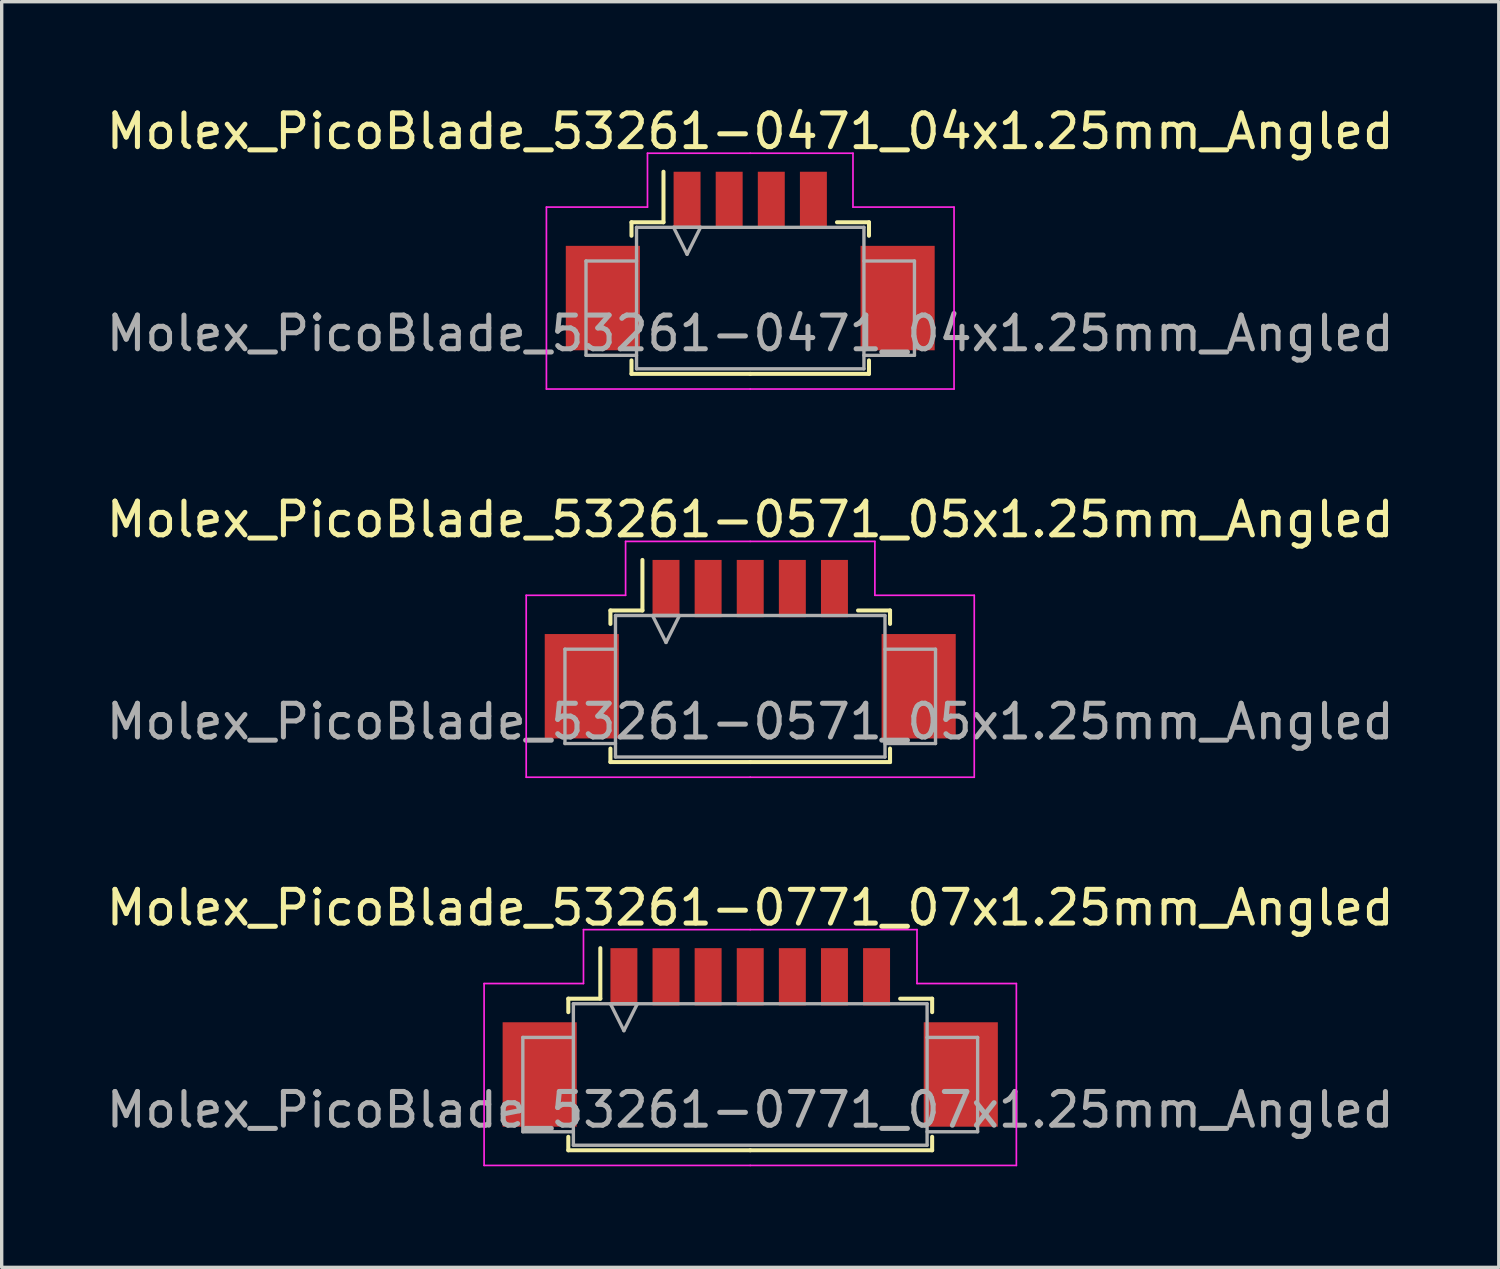
<source format=kicad_pcb>
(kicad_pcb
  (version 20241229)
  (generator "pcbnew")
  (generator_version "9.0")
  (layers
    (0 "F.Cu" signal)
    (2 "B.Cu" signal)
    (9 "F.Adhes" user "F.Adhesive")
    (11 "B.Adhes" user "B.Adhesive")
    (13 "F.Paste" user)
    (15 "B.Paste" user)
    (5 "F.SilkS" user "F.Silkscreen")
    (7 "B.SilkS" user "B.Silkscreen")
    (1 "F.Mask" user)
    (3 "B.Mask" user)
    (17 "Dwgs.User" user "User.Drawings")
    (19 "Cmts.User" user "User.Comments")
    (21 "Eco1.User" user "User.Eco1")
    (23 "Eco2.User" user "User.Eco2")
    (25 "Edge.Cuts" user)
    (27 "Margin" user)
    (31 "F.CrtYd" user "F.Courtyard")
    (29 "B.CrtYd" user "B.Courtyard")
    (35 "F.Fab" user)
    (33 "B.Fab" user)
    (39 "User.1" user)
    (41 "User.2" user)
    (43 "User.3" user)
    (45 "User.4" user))
  (footprint "Molex_PicoBlade_53261-0571_05x1.25mm_Angled"
    (layer "F.Cu")
    (at 19.22 15.871)
    (property "Reference" "Molex_PicoBlade_53261-0571_05x1.25mm_Angled" (at 0 -3.5 0) (layer "F.SilkS") (effects (font (size 1 1) (thickness 0.15))))
    (attr smd)
    (fp_line (start -4.15 -0.8) (end -4.15 -0.4) (stroke (width 0.12) (type solid)) (layer "F.SilkS"))
    (fp_line (start -4.15 3.3) (end -4.15 3.7) (stroke (width 0.12) (type solid)) (layer "F.SilkS"))
    (fp_line (start -4.15 3.7) (end 0 3.7) (stroke (width 0.12) (type solid)) (layer "F.SilkS"))
    (fp_line (start -3.2 -0.8) (end -4.15 -0.8) (stroke (width 0.12) (type solid)) (layer "F.SilkS"))
    (fp_line (start -3.2 -0.8) (end -3.2 -2.3) (stroke (width 0.12) (type solid)) (layer "F.SilkS"))
    (fp_line (start 3.2 -0.8) (end 4.15 -0.8) (stroke (width 0.12) (type solid)) (layer "F.SilkS"))
    (fp_line (start 4.15 -0.8) (end 4.15 -0.4) (stroke (width 0.12) (type solid)) (layer "F.SilkS"))
    (fp_line (start 4.15 3.3) (end 4.15 3.7) (stroke (width 0.12) (type solid)) (layer "F.SilkS"))
    (fp_line (start 4.15 3.7) (end 0 3.7) (stroke (width 0.12) (type solid)) (layer "F.SilkS"))
    (fp_line (start -6.65 -1.25) (end -6.65 4.15) (stroke (width 0.05) (type solid)) (layer "F.CrtYd"))
    (fp_line (start -6.65 4.15) (end 0 4.15) (stroke (width 0.05) (type solid)) (layer "F.CrtYd"))
    (fp_line (start -3.7 -2.85) (end -3.7 -1.25) (stroke (width 0.05) (type solid)) (layer "F.CrtYd"))
    (fp_line (start -3.7 -1.25) (end -6.65 -1.25) (stroke (width 0.05) (type solid)) (layer "F.CrtYd"))
    (fp_line (start 0 -2.85) (end -3.7 -2.85) (stroke (width 0.05) (type solid)) (layer "F.CrtYd"))
    (fp_line (start 0 -2.85) (end 3.7 -2.85) (stroke (width 0.05) (type solid)) (layer "F.CrtYd"))
    (fp_line (start 3.7 -2.85) (end 3.7 -1.25) (stroke (width 0.05) (type solid)) (layer "F.CrtYd"))
    (fp_line (start 3.7 -1.25) (end 6.65 -1.25) (stroke (width 0.05) (type solid)) (layer "F.CrtYd"))
    (fp_line (start 6.65 -1.25) (end 6.65 4.15) (stroke (width 0.05) (type solid)) (layer "F.CrtYd"))
    (fp_line (start 6.65 4.15) (end 0 4.15) (stroke (width 0.05) (type solid)) (layer "F.CrtYd"))
    (fp_line (start -5.5 0.35) (end -5.5 3.15) (stroke (width 0.1) (type solid)) (layer "F.Fab"))
    (fp_line (start -5.5 3.15) (end -4 3.15) (stroke (width 0.1) (type solid)) (layer "F.Fab"))
    (fp_line (start -4 -0.65) (end 4 -0.65) (stroke (width 0.1) (type solid)) (layer "F.Fab"))
    (fp_line (start -4 0.35) (end -5.5 0.35) (stroke (width 0.1) (type solid)) (layer "F.Fab"))
    (fp_line (start -4 3.55) (end -4 -0.65) (stroke (width 0.1) (type solid)) (layer "F.Fab"))
    (fp_line (start -2.9 -0.65) (end -2.5 0.15) (stroke (width 0.1) (type solid)) (layer "F.Fab"))
    (fp_line (start -2.5 0.15) (end -2.1 -0.65) (stroke (width 0.1) (type solid)) (layer "F.Fab"))
    (fp_line (start -2.1 -0.65) (end -2.9 -0.65) (stroke (width 0.1) (type solid)) (layer "F.Fab"))
    (fp_line (start 4 -0.65) (end 4 3.55) (stroke (width 0.1) (type solid)) (layer "F.Fab"))
    (fp_line (start 4 0.35) (end 5.5 0.35) (stroke (width 0.1) (type solid)) (layer "F.Fab"))
    (fp_line (start 4 3.55) (end -4 3.55) (stroke (width 0.1) (type solid)) (layer "F.Fab"))
    (fp_line (start 5.5 0.35) (end 5.5 3.15) (stroke (width 0.1) (type solid)) (layer "F.Fab"))
    (fp_line (start 5.5 3.15) (end 4 3.15) (stroke (width 0.1) (type solid)) (layer "F.Fab"))
    (fp_text user "${REFERENCE}" (at 0 2.5 0) (layer "F.Fab") (effects (font (size 1 1) (thickness 0.15))))
    (pad "" smd rect (at -5 1.45) (size 2.2 3.1) (layers "F.Cu" "F.Mask" "F.Paste"))
    (pad "" smd rect (at 5 1.45) (size 2.2 3.1) (layers "F.Cu" "F.Mask" "F.Paste"))
    (pad "1" smd rect (at -2.5 -1.45) (size 0.8 1.7) (layers "F.Cu" "F.Mask" "F.Paste"))
    (pad "2" smd rect (at -1.25 -1.45) (size 0.8 1.7) (layers "F.Cu" "F.Mask" "F.Paste"))
    (pad "3" smd rect (at 0 -1.45) (size 0.8 1.7) (layers "F.Cu" "F.Mask" "F.Paste"))
    (pad "4" smd rect (at 1.25 -1.45) (size 0.8 1.7) (layers "F.Cu" "F.Mask" "F.Paste"))
    (pad "5" smd rect (at 2.5 -1.45) (size 0.8 1.7) (layers "F.Cu" "F.Mask" "F.Paste")))
  (footprint "Molex_PicoBlade_53261-0471_04x1.25mm_Angled"
    (layer "F.Cu")
    (at 19.22 4.348)
    (property "Reference" "Molex_PicoBlade_53261-0471_04x1.25mm_Angled" (at 0 -3.5 0) (layer "F.SilkS") (effects (font (size 1 1) (thickness 0.15))))
    (attr smd)
    (fp_line (start -3.525 -0.8) (end -3.525 -0.4) (stroke (width 0.12) (type solid)) (layer "F.SilkS"))
    (fp_line (start -3.525 3.3) (end -3.525 3.7) (stroke (width 0.12) (type solid)) (layer "F.SilkS"))
    (fp_line (start -3.525 3.7) (end 0 3.7) (stroke (width 0.12) (type solid)) (layer "F.SilkS"))
    (fp_line (start -2.575 -0.8) (end -3.525 -0.8) (stroke (width 0.12) (type solid)) (layer "F.SilkS"))
    (fp_line (start -2.575 -0.8) (end -2.575 -2.3) (stroke (width 0.12) (type solid)) (layer "F.SilkS"))
    (fp_line (start 2.575 -0.8) (end 3.525 -0.8) (stroke (width 0.12) (type solid)) (layer "F.SilkS"))
    (fp_line (start 3.525 -0.8) (end 3.525 -0.4) (stroke (width 0.12) (type solid)) (layer "F.SilkS"))
    (fp_line (start 3.525 3.3) (end 3.525 3.7) (stroke (width 0.12) (type solid)) (layer "F.SilkS"))
    (fp_line (start 3.525 3.7) (end 0 3.7) (stroke (width 0.12) (type solid)) (layer "F.SilkS"))
    (fp_line (start -6.05 -1.25) (end -6.05 4.15) (stroke (width 0.05) (type solid)) (layer "F.CrtYd"))
    (fp_line (start -6.05 4.15) (end 0 4.15) (stroke (width 0.05) (type solid)) (layer "F.CrtYd"))
    (fp_line (start -3.05 -2.85) (end -3.05 -1.25) (stroke (width 0.05) (type solid)) (layer "F.CrtYd"))
    (fp_line (start -3.05 -1.25) (end -6.05 -1.25) (stroke (width 0.05) (type solid)) (layer "F.CrtYd"))
    (fp_line (start 0 -2.85) (end -3.05 -2.85) (stroke (width 0.05) (type solid)) (layer "F.CrtYd"))
    (fp_line (start 0 -2.85) (end 3.05 -2.85) (stroke (width 0.05) (type solid)) (layer "F.CrtYd"))
    (fp_line (start 3.05 -2.85) (end 3.05 -1.25) (stroke (width 0.05) (type solid)) (layer "F.CrtYd"))
    (fp_line (start 3.05 -1.25) (end 6.05 -1.25) (stroke (width 0.05) (type solid)) (layer "F.CrtYd"))
    (fp_line (start 6.05 -1.25) (end 6.05 4.15) (stroke (width 0.05) (type solid)) (layer "F.CrtYd"))
    (fp_line (start 6.05 4.15) (end 0 4.15) (stroke (width 0.05) (type solid)) (layer "F.CrtYd"))
    (fp_line (start -4.875 0.35) (end -4.875 3.15) (stroke (width 0.1) (type solid)) (layer "F.Fab"))
    (fp_line (start -4.875 3.15) (end -3.375 3.15) (stroke (width 0.1) (type solid)) (layer "F.Fab"))
    (fp_line (start -3.375 -0.65) (end 3.375 -0.65) (stroke (width 0.1) (type solid)) (layer "F.Fab"))
    (fp_line (start -3.375 0.35) (end -4.875 0.35) (stroke (width 0.1) (type solid)) (layer "F.Fab"))
    (fp_line (start -3.375 3.55) (end -3.375 -0.65) (stroke (width 0.1) (type solid)) (layer "F.Fab"))
    (fp_line (start -2.275 -0.65) (end -1.875 0.15) (stroke (width 0.1) (type solid)) (layer "F.Fab"))
    (fp_line (start -1.875 0.15) (end -1.475 -0.65) (stroke (width 0.1) (type solid)) (layer "F.Fab"))
    (fp_line (start -1.475 -0.65) (end -2.275 -0.65) (stroke (width 0.1) (type solid)) (layer "F.Fab"))
    (fp_line (start 3.375 -0.65) (end 3.375 3.55) (stroke (width 0.1) (type solid)) (layer "F.Fab"))
    (fp_line (start 3.375 0.35) (end 4.875 0.35) (stroke (width 0.1) (type solid)) (layer "F.Fab"))
    (fp_line (start 3.375 3.55) (end -3.375 3.55) (stroke (width 0.1) (type solid)) (layer "F.Fab"))
    (fp_line (start 4.875 0.35) (end 4.875 3.15) (stroke (width 0.1) (type solid)) (layer "F.Fab"))
    (fp_line (start 4.875 3.15) (end 3.375 3.15) (stroke (width 0.1) (type solid)) (layer "F.Fab"))
    (fp_text user "${REFERENCE}" (at 0 2.5 0) (layer "F.Fab") (effects (font (size 1 1) (thickness 0.15))))
    (pad "" smd rect (at -4.375 1.45) (size 2.2 3.1) (layers "F.Cu" "F.Mask" "F.Paste"))
    (pad "" smd rect (at 4.375 1.45) (size 2.2 3.1) (layers "F.Cu" "F.Mask" "F.Paste"))
    (pad "1" smd rect (at -1.875 -1.45) (size 0.8 1.7) (layers "F.Cu" "F.Mask" "F.Paste"))
    (pad "2" smd rect (at -0.625 -1.45) (size 0.8 1.7) (layers "F.Cu" "F.Mask" "F.Paste"))
    (pad "3" smd rect (at 0.625 -1.45) (size 0.8 1.7) (layers "F.Cu" "F.Mask" "F.Paste"))
    (pad "4" smd rect (at 1.875 -1.45) (size 0.8 1.7) (layers "F.Cu" "F.Mask" "F.Paste")))
  (footprint "Molex_PicoBlade_53261-0771_07x1.25mm_Angled"
    (layer "F.Cu")
    (at 19.22 27.395)
    (property "Reference" "Molex_PicoBlade_53261-0771_07x1.25mm_Angled" (at 0 -3.5 0) (layer "F.SilkS") (effects (font (size 1 1) (thickness 0.15))))
    (attr smd)
    (fp_line (start -5.4 -0.8) (end -5.4 -0.4) (stroke (width 0.12) (type solid)) (layer "F.SilkS"))
    (fp_line (start -5.4 3.3) (end -5.4 3.7) (stroke (width 0.12) (type solid)) (layer "F.SilkS"))
    (fp_line (start -5.4 3.7) (end 0 3.7) (stroke (width 0.12) (type solid)) (layer "F.SilkS"))
    (fp_line (start -4.45 -0.8) (end -5.4 -0.8) (stroke (width 0.12) (type solid)) (layer "F.SilkS"))
    (fp_line (start -4.45 -0.8) (end -4.45 -2.3) (stroke (width 0.12) (type solid)) (layer "F.SilkS"))
    (fp_line (start 4.45 -0.8) (end 5.4 -0.8) (stroke (width 0.12) (type solid)) (layer "F.SilkS"))
    (fp_line (start 5.4 -0.8) (end 5.4 -0.4) (stroke (width 0.12) (type solid)) (layer "F.SilkS"))
    (fp_line (start 5.4 3.3) (end 5.4 3.7) (stroke (width 0.12) (type solid)) (layer "F.SilkS"))
    (fp_line (start 5.4 3.7) (end 0 3.7) (stroke (width 0.12) (type solid)) (layer "F.SilkS"))
    (fp_line (start -7.9 -1.25) (end -7.9 4.15) (stroke (width 0.05) (type solid)) (layer "F.CrtYd"))
    (fp_line (start -7.9 4.15) (end 0 4.15) (stroke (width 0.05) (type solid)) (layer "F.CrtYd"))
    (fp_line (start -4.95 -2.85) (end -4.95 -1.25) (stroke (width 0.05) (type solid)) (layer "F.CrtYd"))
    (fp_line (start -4.95 -1.25) (end -7.9 -1.25) (stroke (width 0.05) (type solid)) (layer "F.CrtYd"))
    (fp_line (start 0 -2.85) (end -4.95 -2.85) (stroke (width 0.05) (type solid)) (layer "F.CrtYd"))
    (fp_line (start 0 -2.85) (end 4.95 -2.85) (stroke (width 0.05) (type solid)) (layer "F.CrtYd"))
    (fp_line (start 4.95 -2.85) (end 4.95 -1.25) (stroke (width 0.05) (type solid)) (layer "F.CrtYd"))
    (fp_line (start 4.95 -1.25) (end 7.9 -1.25) (stroke (width 0.05) (type solid)) (layer "F.CrtYd"))
    (fp_line (start 7.9 -1.25) (end 7.9 4.15) (stroke (width 0.05) (type solid)) (layer "F.CrtYd"))
    (fp_line (start 7.9 4.15) (end 0 4.15) (stroke (width 0.05) (type solid)) (layer "F.CrtYd"))
    (fp_line (start -6.75 0.35) (end -6.75 3.15) (stroke (width 0.1) (type solid)) (layer "F.Fab"))
    (fp_line (start -6.75 3.15) (end -5.25 3.15) (stroke (width 0.1) (type solid)) (layer "F.Fab"))
    (fp_line (start -5.25 -0.65) (end 5.25 -0.65) (stroke (width 0.1) (type solid)) (layer "F.Fab"))
    (fp_line (start -5.25 0.35) (end -6.75 0.35) (stroke (width 0.1) (type solid)) (layer "F.Fab"))
    (fp_line (start -5.25 3.55) (end -5.25 -0.65) (stroke (width 0.1) (type solid)) (layer "F.Fab"))
    (fp_line (start -4.15 -0.65) (end -3.75 0.15) (stroke (width 0.1) (type solid)) (layer "F.Fab"))
    (fp_line (start -3.75 0.15) (end -3.35 -0.65) (stroke (width 0.1) (type solid)) (layer "F.Fab"))
    (fp_line (start -3.35 -0.65) (end -4.15 -0.65) (stroke (width 0.1) (type solid)) (layer "F.Fab"))
    (fp_line (start 5.25 -0.65) (end 5.25 3.55) (stroke (width 0.1) (type solid)) (layer "F.Fab"))
    (fp_line (start 5.25 0.35) (end 6.75 0.35) (stroke (width 0.1) (type solid)) (layer "F.Fab"))
    (fp_line (start 5.25 3.55) (end -5.25 3.55) (stroke (width 0.1) (type solid)) (layer "F.Fab"))
    (fp_line (start 6.75 0.35) (end 6.75 3.15) (stroke (width 0.1) (type solid)) (layer "F.Fab"))
    (fp_line (start 6.75 3.15) (end 5.25 3.15) (stroke (width 0.1) (type solid)) (layer "F.Fab"))
    (fp_text user "${REFERENCE}" (at 0 2.5 0) (layer "F.Fab") (effects (font (size 1 1) (thickness 0.15))))
    (pad "" smd rect (at -6.25 1.45) (size 2.2 3.1) (layers "F.Cu" "F.Mask" "F.Paste"))
    (pad "" smd rect (at 6.25 1.45) (size 2.2 3.1) (layers "F.Cu" "F.Mask" "F.Paste"))
    (pad "1" smd rect (at -3.75 -1.45) (size 0.8 1.7) (layers "F.Cu" "F.Mask" "F.Paste"))
    (pad "2" smd rect (at -2.5 -1.45) (size 0.8 1.7) (layers "F.Cu" "F.Mask" "F.Paste"))
    (pad "3" smd rect (at -1.25 -1.45) (size 0.8 1.7) (layers "F.Cu" "F.Mask" "F.Paste"))
    (pad "4" smd rect (at 0 -1.45) (size 0.8 1.7) (layers "F.Cu" "F.Mask" "F.Paste"))
    (pad "5" smd rect (at 1.25 -1.45) (size 0.8 1.7) (layers "F.Cu" "F.Mask" "F.Paste"))
    (pad "6" smd rect (at 2.5 -1.45) (size 0.8 1.7) (layers "F.Cu" "F.Mask" "F.Paste"))
    (pad "7" smd rect (at 3.75 -1.45) (size 0.8 1.7) (layers "F.Cu" "F.Mask" "F.Paste")))
  (gr_rect
    (start -3 -3)
    (end 41.44 34.57)
    (stroke (width 0.1) (type default))
    (fill no)
    (layer "Edge.Cuts")))
</source>
